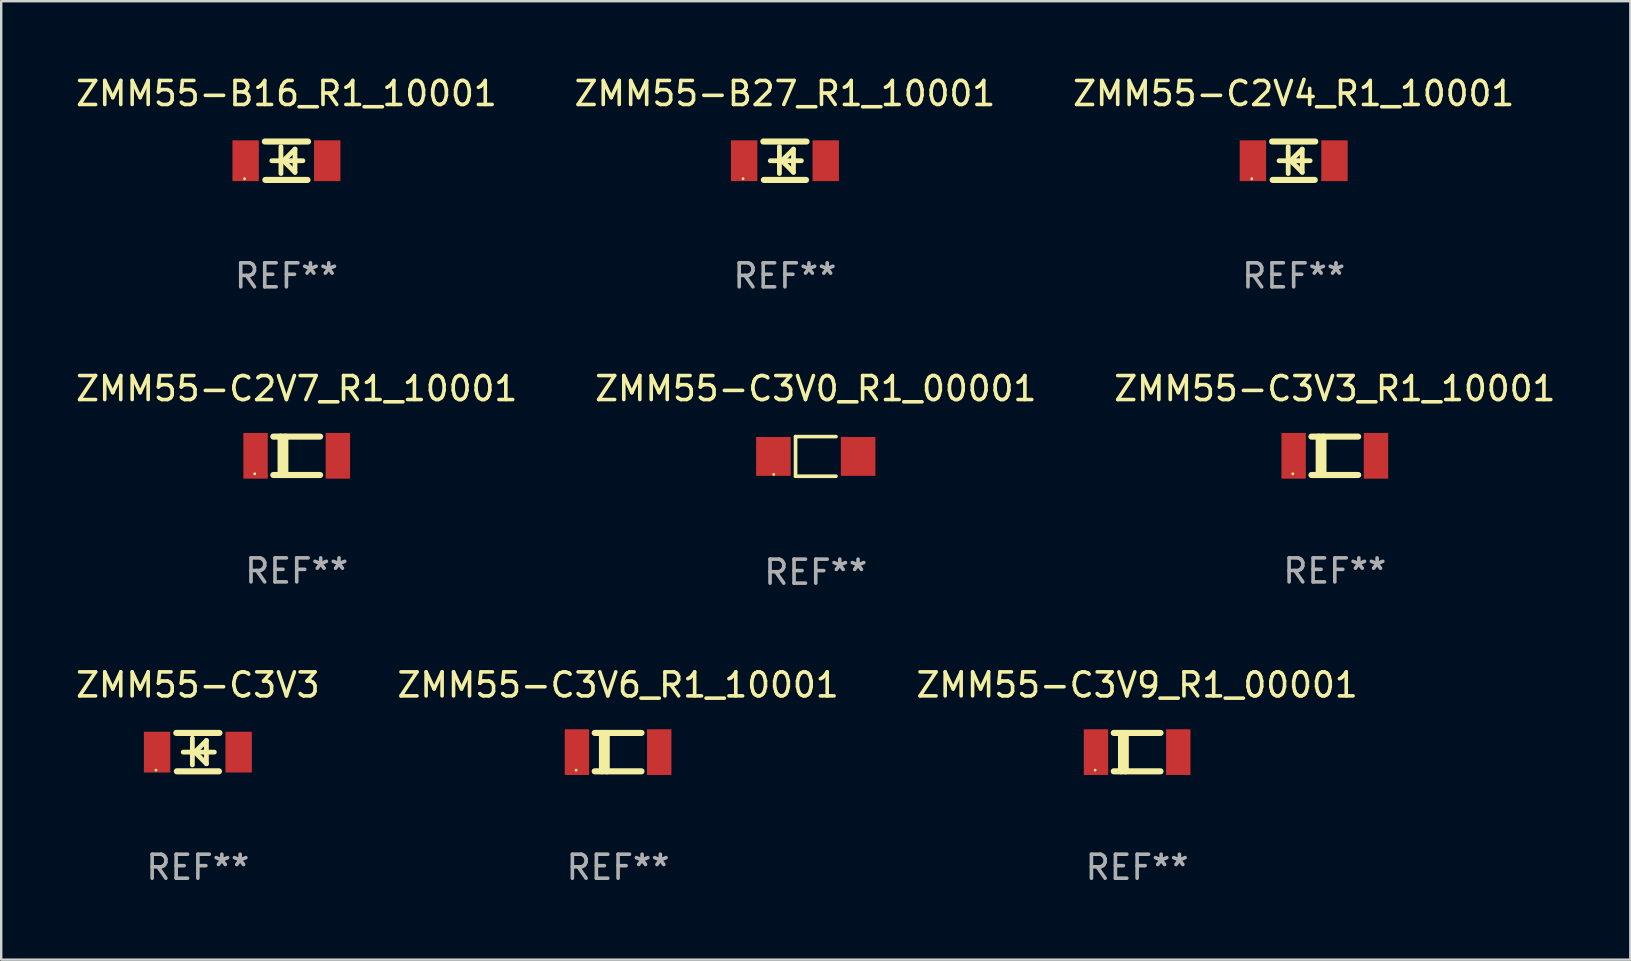
<source format=kicad_pcb>
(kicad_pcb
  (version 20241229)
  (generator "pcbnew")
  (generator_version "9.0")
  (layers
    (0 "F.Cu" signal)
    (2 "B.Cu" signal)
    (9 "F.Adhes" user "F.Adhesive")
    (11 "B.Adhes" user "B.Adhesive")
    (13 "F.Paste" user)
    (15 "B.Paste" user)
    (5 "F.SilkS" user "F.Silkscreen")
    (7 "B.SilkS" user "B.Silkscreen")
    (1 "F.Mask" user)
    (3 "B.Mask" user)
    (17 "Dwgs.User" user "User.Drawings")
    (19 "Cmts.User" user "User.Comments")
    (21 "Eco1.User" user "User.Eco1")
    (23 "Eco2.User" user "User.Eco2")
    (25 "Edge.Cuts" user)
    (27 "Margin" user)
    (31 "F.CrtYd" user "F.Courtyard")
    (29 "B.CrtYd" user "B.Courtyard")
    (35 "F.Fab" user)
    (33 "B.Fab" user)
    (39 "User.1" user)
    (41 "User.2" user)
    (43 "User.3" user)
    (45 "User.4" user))
  (footprint "ZMM55-C3V6_R1_10001"
    (layer "F.Cu")
    (at 22.708 28.294)
    (property "Reference" "ZMM55-C3V6_R1_10001" (at 0 -2.8 0) (layer "F.SilkS") (effects (font (size 1 1) (thickness 0.15))))
    (attr through_hole)
    (fp_line (start -0.975 -0.8) (end 0.975 -0.8) (stroke (width 0.254) (type solid)) (layer "F.SilkS"))
    (fp_line (start -0.975 0.8) (end 0.975 0.8) (stroke (width 0.254) (type solid)) (layer "F.SilkS"))
    (fp_line (start -0.671 -0.8) (end -0.671 0.8) (stroke (width 0.254) (type solid)) (layer "F.SilkS"))
    (fp_line (start -0.474 -0.8) (end -0.474 0.8) (stroke (width 0.254) (type solid)) (layer "F.SilkS"))
    (fp_circle (center -1.75 0.75) (end -1.72 0.75) (stroke (width 0.06) (type solid)) (fill no) (layer "F.SilkS"))
    (fp_text user "REF**" (at 0 4.8 0) (layer "F.Fab") (effects (font (size 1 1) (thickness 0.15))))
    (pad "1" smd rect (at -1.715 0 180) (size 1.016 1.905) (layers "F.Cu" "F.Mask" "F.Paste"))
    (pad "2" smd rect (at 1.715 0 180) (size 1.016 1.905) (layers "F.Cu" "F.Mask" "F.Paste")))
  (footprint "ZMM55-C3V3_R1_10001"
    (layer "F.Cu")
    (at 52.577 15.945)
    (property "Reference" "ZMM55-C3V3_R1_10001" (at 0 -2.8 0) (layer "F.SilkS") (effects (font (size 1 1) (thickness 0.15))))
    (attr through_hole)
    (fp_line (start -0.975 -0.8) (end 0.975 -0.8) (stroke (width 0.254) (type solid)) (layer "F.SilkS"))
    (fp_line (start -0.975 0.8) (end 0.975 0.8) (stroke (width 0.254) (type solid)) (layer "F.SilkS"))
    (fp_line (start -0.671 -0.8) (end -0.671 0.8) (stroke (width 0.254) (type solid)) (layer "F.SilkS"))
    (fp_line (start -0.474 -0.8) (end -0.474 0.8) (stroke (width 0.254) (type solid)) (layer "F.SilkS"))
    (fp_circle (center -1.75 0.75) (end -1.72 0.75) (stroke (width 0.06) (type solid)) (fill no) (layer "F.SilkS"))
    (fp_text user "REF**" (at 0 4.8 0) (layer "F.Fab") (effects (font (size 1 1) (thickness 0.15))))
    (pad "1" smd rect (at -1.715 0 180) (size 1.016 1.905) (layers "F.Cu" "F.Mask" "F.Paste"))
    (pad "2" smd rect (at 1.715 0 180) (size 1.016 1.905) (layers "F.Cu" "F.Mask" "F.Paste")))
  (footprint "ZMM55-C3V0_R1_00001"
    (layer "F.Cu")
    (at 30.946 15.971)
    (property "Reference" "ZMM55-C3V0_R1_00001" (at 0 -2.826 0) (layer "F.SilkS") (effects (font (size 1 1) (thickness 0.15))))
    (attr through_hole)
    (fp_line (start -0.842 -0.826) (end -0.842 0.826) (stroke (width 0.152) (type solid)) (layer "F.SilkS"))
    (fp_line (start -0.842 -0.826) (end 0.842 -0.826) (stroke (width 0.152) (type solid)) (layer "F.SilkS"))
    (fp_line (start -0.842 0.826) (end 0.842 0.826) (stroke (width 0.152) (type solid)) (layer "F.SilkS"))
    (fp_circle (center -1.75 0.75) (end -1.72 0.75) (stroke (width 0.06) (type solid)) (fill no) (layer "F.SilkS"))
    (fp_text user "REF**" (at 0 4.826 0) (layer "F.Fab") (effects (font (size 1 1) (thickness 0.15))))
    (pad "1" smd rect (at -1.765 0) (size 1.44 1.62) (layers "F.Cu" "F.Mask" "F.Paste"))
    (pad "2" smd rect (at 1.765 0) (size 1.44 1.62) (layers "F.Cu" "F.Mask" "F.Paste")))
  (footprint "ZMM55-B16_R1_10001"
    (layer "F.Cu")
    (at 8.887 3.648)
    (property "Reference" "ZMM55-B16_R1_10001" (at 0 -2.8 0) (layer "F.SilkS") (effects (font (size 1 1) (thickness 0.15))))
    (attr through_hole)
    (fp_line (start -0.9 -0.8) (end 0.9 -0.8) (stroke (width 0.254) (type solid)) (layer "F.SilkS"))
    (fp_line (start -0.878 0.8) (end 0.878 0.8) (stroke (width 0.254) (type solid)) (layer "F.SilkS"))
    (fp_line (start -0.61 0) (end 0.686 0) (stroke (width 0.2) (type solid)) (layer "F.SilkS"))
    (fp_line (start -0.229 -0.584) (end -0.229 0.533) (stroke (width 0.2) (type solid)) (layer "F.SilkS"))
    (fp_line (start -0.127 0) (end 0.356 -0.483) (stroke (width 0.2) (type solid)) (layer "F.SilkS"))
    (fp_line (start 0.356 -0.483) (end 0.356 0.483) (stroke (width 0.2) (type solid)) (layer "F.SilkS"))
    (fp_line (start 0.356 0.483) (end -0.102 0.025) (stroke (width 0.2) (type solid)) (layer "F.SilkS"))
    (fp_circle (center -1.746 0.75) (end -1.716 0.75) (stroke (width 0.06) (type solid)) (fill no) (layer "F.SilkS"))
    (fp_text user "REF**" (at 0 4.8 0) (layer "F.Fab") (effects (font (size 1 1) (thickness 0.15))))
    (pad "1" smd rect (at -1.7 0 180) (size 1.1 1.7) (layers "F.Cu" "F.Mask" "F.Paste"))
    (pad "2" smd rect (at 1.7 0 180) (size 1.1 1.7) (layers "F.Cu" "F.Mask" "F.Paste")))
  (footprint "ZMM55-C2V7_R1_10001"
    (layer "F.Cu")
    (at 9.315 15.945)
    (property "Reference" "ZMM55-C2V7_R1_10001" (at 0 -2.8 0) (layer "F.SilkS") (effects (font (size 1 1) (thickness 0.15))))
    (attr through_hole)
    (fp_line (start -0.975 -0.8) (end 0.975 -0.8) (stroke (width 0.254) (type solid)) (layer "F.SilkS"))
    (fp_line (start -0.975 0.8) (end 0.975 0.8) (stroke (width 0.254) (type solid)) (layer "F.SilkS"))
    (fp_line (start -0.671 -0.8) (end -0.671 0.8) (stroke (width 0.254) (type solid)) (layer "F.SilkS"))
    (fp_line (start -0.474 -0.8) (end -0.474 0.8) (stroke (width 0.254) (type solid)) (layer "F.SilkS"))
    (fp_circle (center -1.75 0.75) (end -1.72 0.75) (stroke (width 0.06) (type solid)) (fill no) (layer "F.SilkS"))
    (fp_text user "REF**" (at 0 4.8 0) (layer "F.Fab") (effects (font (size 1 1) (thickness 0.15))))
    (pad "1" smd rect (at -1.715 0 180) (size 1.016 1.905) (layers "F.Cu" "F.Mask" "F.Paste"))
    (pad "2" smd rect (at 1.715 0 180) (size 1.016 1.905) (layers "F.Cu" "F.Mask" "F.Paste")))
  (footprint "ZMM55-B27_R1_10001"
    (layer "F.Cu")
    (at 29.661 3.648)
    (property "Reference" "ZMM55-B27_R1_10001" (at 0 -2.8 0) (layer "F.SilkS") (effects (font (size 1 1) (thickness 0.15))))
    (attr through_hole)
    (fp_line (start -0.9 -0.8) (end 0.9 -0.8) (stroke (width 0.254) (type solid)) (layer "F.SilkS"))
    (fp_line (start -0.878 0.8) (end 0.878 0.8) (stroke (width 0.254) (type solid)) (layer "F.SilkS"))
    (fp_line (start -0.61 0) (end 0.686 0) (stroke (width 0.2) (type solid)) (layer "F.SilkS"))
    (fp_line (start -0.229 -0.584) (end -0.229 0.533) (stroke (width 0.2) (type solid)) (layer "F.SilkS"))
    (fp_line (start -0.127 0) (end 0.356 -0.483) (stroke (width 0.2) (type solid)) (layer "F.SilkS"))
    (fp_line (start 0.356 -0.483) (end 0.356 0.483) (stroke (width 0.2) (type solid)) (layer "F.SilkS"))
    (fp_line (start 0.356 0.483) (end -0.102 0.025) (stroke (width 0.2) (type solid)) (layer "F.SilkS"))
    (fp_circle (center -1.746 0.75) (end -1.716 0.75) (stroke (width 0.06) (type solid)) (fill no) (layer "F.SilkS"))
    (fp_text user "REF**" (at 0 4.8 0) (layer "F.Fab") (effects (font (size 1 1) (thickness 0.15))))
    (pad "1" smd rect (at -1.7 0 180) (size 1.1 1.7) (layers "F.Cu" "F.Mask" "F.Paste"))
    (pad "2" smd rect (at 1.7 0 180) (size 1.1 1.7) (layers "F.Cu" "F.Mask" "F.Paste")))
  (footprint "ZMM55-C3V3"
    (layer "F.Cu")
    (at 5.196 28.294)
    (property "Reference" "ZMM55-C3V3" (at 0 -2.8 0) (layer "F.SilkS") (effects (font (size 1 1) (thickness 0.15))))
    (attr through_hole)
    (fp_line (start -0.9 -0.8) (end 0.9 -0.8) (stroke (width 0.254) (type solid)) (layer "F.SilkS"))
    (fp_line (start -0.878 0.8) (end 0.878 0.8) (stroke (width 0.254) (type solid)) (layer "F.SilkS"))
    (fp_line (start -0.61 0) (end 0.686 0) (stroke (width 0.2) (type solid)) (layer "F.SilkS"))
    (fp_line (start -0.229 -0.584) (end -0.229 0.533) (stroke (width 0.2) (type solid)) (layer "F.SilkS"))
    (fp_line (start -0.127 0) (end 0.356 -0.483) (stroke (width 0.2) (type solid)) (layer "F.SilkS"))
    (fp_line (start 0.356 -0.483) (end 0.356 0.483) (stroke (width 0.2) (type solid)) (layer "F.SilkS"))
    (fp_line (start 0.356 0.483) (end -0.102 0.025) (stroke (width 0.2) (type solid)) (layer "F.SilkS"))
    (fp_circle (center -1.746 0.75) (end -1.716 0.75) (stroke (width 0.06) (type solid)) (fill no) (layer "F.SilkS"))
    (fp_text user "REF**" (at 0 4.8 0) (layer "F.Fab") (effects (font (size 1 1) (thickness 0.15))))
    (pad "1" smd rect (at -1.7 0 180) (size 1.1 1.7) (layers "F.Cu" "F.Mask" "F.Paste"))
    (pad "2" smd rect (at 1.7 0 180) (size 1.1 1.7) (layers "F.Cu" "F.Mask" "F.Paste")))
  (footprint "ZMM55-C3V9_R1_00001"
    (layer "F.Cu")
    (at 44.339 28.294)
    (property "Reference" "ZMM55-C3V9_R1_00001" (at 0 -2.8 0) (layer "F.SilkS") (effects (font (size 1 1) (thickness 0.15))))
    (attr through_hole)
    (fp_line (start -0.975 -0.8) (end 0.975 -0.8) (stroke (width 0.254) (type solid)) (layer "F.SilkS"))
    (fp_line (start -0.975 0.8) (end 0.975 0.8) (stroke (width 0.254) (type solid)) (layer "F.SilkS"))
    (fp_line (start -0.671 -0.8) (end -0.671 0.8) (stroke (width 0.254) (type solid)) (layer "F.SilkS"))
    (fp_line (start -0.474 -0.8) (end -0.474 0.8) (stroke (width 0.254) (type solid)) (layer "F.SilkS"))
    (fp_circle (center -1.75 0.75) (end -1.72 0.75) (stroke (width 0.06) (type solid)) (fill no) (layer "F.SilkS"))
    (fp_text user "REF**" (at 0 4.8 0) (layer "F.Fab") (effects (font (size 1 1) (thickness 0.15))))
    (pad "1" smd rect (at -1.715 0 180) (size 1.016 1.905) (layers "F.Cu" "F.Mask" "F.Paste"))
    (pad "2" smd rect (at 1.715 0 180) (size 1.016 1.905) (layers "F.Cu" "F.Mask" "F.Paste")))
  (footprint "ZMM55-C2V4_R1_10001"
    (layer "F.Cu")
    (at 50.863 3.648)
    (property "Reference" "ZMM55-C2V4_R1_10001" (at 0 -2.8 0) (layer "F.SilkS") (effects (font (size 1 1) (thickness 0.15))))
    (attr through_hole)
    (fp_line (start -0.9 -0.8) (end 0.9 -0.8) (stroke (width 0.254) (type solid)) (layer "F.SilkS"))
    (fp_line (start -0.878 0.8) (end 0.878 0.8) (stroke (width 0.254) (type solid)) (layer "F.SilkS"))
    (fp_line (start -0.61 0) (end 0.686 0) (stroke (width 0.2) (type solid)) (layer "F.SilkS"))
    (fp_line (start -0.229 -0.584) (end -0.229 0.533) (stroke (width 0.2) (type solid)) (layer "F.SilkS"))
    (fp_line (start -0.127 0) (end 0.356 -0.483) (stroke (width 0.2) (type solid)) (layer "F.SilkS"))
    (fp_line (start 0.356 -0.483) (end 0.356 0.483) (stroke (width 0.2) (type solid)) (layer "F.SilkS"))
    (fp_line (start 0.356 0.483) (end -0.102 0.025) (stroke (width 0.2) (type solid)) (layer "F.SilkS"))
    (fp_circle (center -1.746 0.75) (end -1.716 0.75) (stroke (width 0.06) (type solid)) (fill no) (layer "F.SilkS"))
    (fp_text user "REF**" (at 0 4.8 0) (layer "F.Fab") (effects (font (size 1 1) (thickness 0.15))))
    (pad "1" smd rect (at -1.7 0 180) (size 1.1 1.7) (layers "F.Cu" "F.Mask" "F.Paste"))
    (pad "2" smd rect (at 1.7 0 180) (size 1.1 1.7) (layers "F.Cu" "F.Mask" "F.Paste")))
  (gr_rect
    (start -3 -3)
    (end 64.893 36.942)
    (stroke (width 0.1) (type default))
    (fill no)
    (layer "Edge.Cuts")))
</source>
